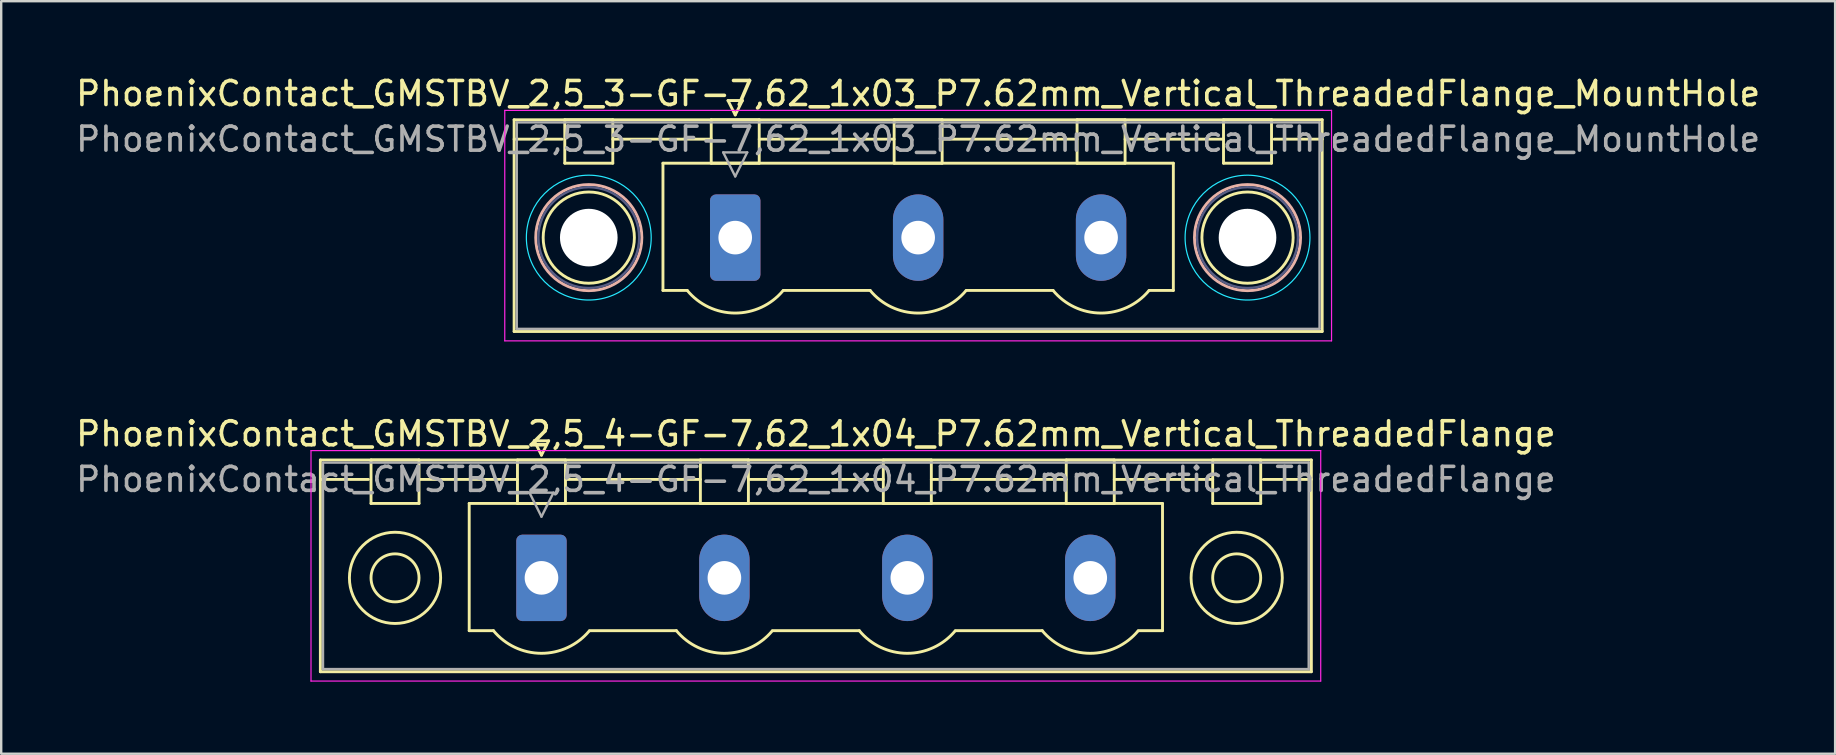
<source format=kicad_pcb>
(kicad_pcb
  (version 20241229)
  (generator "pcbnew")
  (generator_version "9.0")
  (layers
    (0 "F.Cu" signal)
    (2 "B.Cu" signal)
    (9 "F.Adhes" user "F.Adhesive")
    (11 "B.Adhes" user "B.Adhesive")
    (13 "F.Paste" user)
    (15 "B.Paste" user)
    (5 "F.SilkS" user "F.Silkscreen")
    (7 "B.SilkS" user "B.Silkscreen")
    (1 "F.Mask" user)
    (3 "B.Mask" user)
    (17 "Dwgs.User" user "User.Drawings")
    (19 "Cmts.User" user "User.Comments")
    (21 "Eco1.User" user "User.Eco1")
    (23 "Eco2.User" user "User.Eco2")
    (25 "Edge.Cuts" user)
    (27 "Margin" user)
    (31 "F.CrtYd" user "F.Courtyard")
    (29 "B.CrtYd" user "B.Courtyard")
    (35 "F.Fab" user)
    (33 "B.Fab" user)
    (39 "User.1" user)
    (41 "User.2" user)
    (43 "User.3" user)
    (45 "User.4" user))
  (footprint "PhoenixContact_GMSTBV_2,5_3-GF-7,62_1x03_P7.62mm_Vertical_ThreadedFlange_MountHole"
    (layer "F.Cu")
    (at 27.576 6.848)
    (property "Reference" "PhoenixContact_GMSTBV_2,5_3-GF-7,62_1x03_P7.62mm_Vertical_ThreadedFlange_MountHole" (at 7.62 -6 0) (layer "F.SilkS") (effects (font (size 1 1) (thickness 0.15))))
    (attr through_hole)
    (fp_line (start -9.21 -4.91) (end -9.21 3.91) (stroke (width 0.12) (type solid)) (layer "F.SilkS"))
    (fp_line (start -9.21 -4.1) (end -7.21 -4.1) (stroke (width 0.12) (type solid)) (layer "F.SilkS"))
    (fp_line (start -9.21 3.91) (end 24.45 3.91) (stroke (width 0.12) (type solid)) (layer "F.SilkS"))
    (fp_line (start -7.1 -4.91) (end -5.1 -4.91) (stroke (width 0.12) (type solid)) (layer "F.SilkS"))
    (fp_line (start -7.1 -3.1) (end -7.1 -4.91) (stroke (width 0.12) (type solid)) (layer "F.SilkS"))
    (fp_line (start -5.1 -4.91) (end -5.1 -3.1) (stroke (width 0.12) (type solid)) (layer "F.SilkS"))
    (fp_line (start -5.1 -4.1) (end -1 -4.1) (stroke (width 0.12) (type solid)) (layer "F.SilkS"))
    (fp_line (start -5.1 -3.1) (end -7.1 -3.1) (stroke (width 0.12) (type solid)) (layer "F.SilkS"))
    (fp_line (start -3.01 -3.1) (end 18.25 -3.1) (stroke (width 0.12) (type solid)) (layer "F.SilkS"))
    (fp_line (start -3.01 2.2) (end -3.01 -3.1) (stroke (width 0.12) (type solid)) (layer "F.SilkS"))
    (fp_line (start -2 2.2) (end -3.01 2.2) (stroke (width 0.12) (type solid)) (layer "F.SilkS"))
    (fp_line (start -1 -4.91) (end 1 -4.91) (stroke (width 0.12) (type solid)) (layer "F.SilkS"))
    (fp_line (start -1 -3.1) (end -1 -4.91) (stroke (width 0.12) (type solid)) (layer "F.SilkS"))
    (fp_line (start -0.3 -5.71) (end 0.3 -5.71) (stroke (width 0.12) (type solid)) (layer "F.SilkS"))
    (fp_line (start 0 -5.11) (end -0.3 -5.71) (stroke (width 0.12) (type solid)) (layer "F.SilkS"))
    (fp_line (start 0.3 -5.71) (end 0 -5.11) (stroke (width 0.12) (type solid)) (layer "F.SilkS"))
    (fp_line (start 1 -4.91) (end 1 -3.1) (stroke (width 0.12) (type solid)) (layer "F.SilkS"))
    (fp_line (start 1 -4.1) (end 6.62 -4.1) (stroke (width 0.12) (type solid)) (layer "F.SilkS"))
    (fp_line (start 1 -3.1) (end -1 -3.1) (stroke (width 0.12) (type solid)) (layer "F.SilkS"))
    (fp_line (start 2 2.2) (end 5.62 2.2) (stroke (width 0.12) (type solid)) (layer "F.SilkS"))
    (fp_line (start 6.62 -4.91) (end 8.62 -4.91) (stroke (width 0.12) (type solid)) (layer "F.SilkS"))
    (fp_line (start 6.62 -3.1) (end 6.62 -4.91) (stroke (width 0.12) (type solid)) (layer "F.SilkS"))
    (fp_line (start 8.62 -4.91) (end 8.62 -3.1) (stroke (width 0.12) (type solid)) (layer "F.SilkS"))
    (fp_line (start 8.62 -4.1) (end 14.24 -4.1) (stroke (width 0.12) (type solid)) (layer "F.SilkS"))
    (fp_line (start 8.62 -3.1) (end 6.62 -3.1) (stroke (width 0.12) (type solid)) (layer "F.SilkS"))
    (fp_line (start 9.62 2.2) (end 13.24 2.2) (stroke (width 0.12) (type solid)) (layer "F.SilkS"))
    (fp_line (start 14.24 -4.91) (end 16.24 -4.91) (stroke (width 0.12) (type solid)) (layer "F.SilkS"))
    (fp_line (start 14.24 -3.1) (end 14.24 -4.91) (stroke (width 0.12) (type solid)) (layer "F.SilkS"))
    (fp_line (start 16.24 -4.91) (end 16.24 -3.1) (stroke (width 0.12) (type solid)) (layer "F.SilkS"))
    (fp_line (start 16.24 -4.1) (end 20.34 -4.1) (stroke (width 0.12) (type solid)) (layer "F.SilkS"))
    (fp_line (start 16.24 -3.1) (end 14.24 -3.1) (stroke (width 0.12) (type solid)) (layer "F.SilkS"))
    (fp_line (start 18.25 -3.1) (end 18.25 2.2) (stroke (width 0.12) (type solid)) (layer "F.SilkS"))
    (fp_line (start 18.25 2.2) (end 17.24 2.2) (stroke (width 0.12) (type solid)) (layer "F.SilkS"))
    (fp_line (start 20.34 -4.91) (end 22.34 -4.91) (stroke (width 0.12) (type solid)) (layer "F.SilkS"))
    (fp_line (start 20.34 -3.1) (end 20.34 -4.91) (stroke (width 0.12) (type solid)) (layer "F.SilkS"))
    (fp_line (start 22.34 -4.91) (end 22.34 -3.1) (stroke (width 0.12) (type solid)) (layer "F.SilkS"))
    (fp_line (start 22.34 -3.1) (end 20.34 -3.1) (stroke (width 0.12) (type solid)) (layer "F.SilkS"))
    (fp_line (start 24.45 -4.91) (end -9.21 -4.91) (stroke (width 0.12) (type solid)) (layer "F.SilkS"))
    (fp_line (start 24.45 -4.1) (end 22.45 -4.1) (stroke (width 0.12) (type solid)) (layer "F.SilkS"))
    (fp_line (start 24.45 3.91) (end 24.45 -4.91) (stroke (width 0.12) (type solid)) (layer "F.SilkS"))
    (fp_arc (start 1.986842 2.215821) (mid -0.010289 3.142758) (end -2 2.2) (stroke (width 0.12) (type solid)) (layer "F.SilkS"))
    (fp_arc (start 9.606842 2.215821) (mid 7.609711 3.142758) (end 5.62 2.2) (stroke (width 0.12) (type solid)) (layer "F.SilkS"))
    (fp_arc (start 17.226842 2.215821) (mid 15.229711 3.142758) (end 13.24 2.2) (stroke (width 0.12) (type solid)) (layer "F.SilkS"))
    (fp_circle (center -6.1 0) (end -4.2 0) (stroke (width 0.12) (type solid)) (fill no) (layer "F.SilkS"))
    (fp_circle (center 21.34 0) (end 23.24 0) (stroke (width 0.12) (type solid)) (fill no) (layer "F.SilkS"))
    (fp_circle (center -6.1 0) (end -3.89 0) (stroke (width 0.12) (type solid)) (fill no) (layer "B.SilkS"))
    (fp_circle (center 21.34 0) (end 23.55 0) (stroke (width 0.12) (type solid)) (fill no) (layer "B.SilkS"))
    (fp_circle (center -6.1 0) (end -3.5 0) (stroke (width 0.05) (type solid)) (fill no) (layer "B.CrtYd"))
    (fp_circle (center 21.34 0) (end 23.94 0) (stroke (width 0.05) (type solid)) (fill no) (layer "B.CrtYd"))
    (fp_line (start -9.6 -5.3) (end -9.6 4.3) (stroke (width 0.05) (type solid)) (layer "F.CrtYd"))
    (fp_line (start -9.6 4.3) (end 24.84 4.3) (stroke (width 0.05) (type solid)) (layer "F.CrtYd"))
    (fp_line (start 24.84 -5.3) (end -9.6 -5.3) (stroke (width 0.05) (type solid)) (layer "F.CrtYd"))
    (fp_line (start 24.84 4.3) (end 24.84 -5.3) (stroke (width 0.05) (type solid)) (layer "F.CrtYd"))
    (fp_circle (center -6.1 0) (end -4 0) (stroke (width 0.1) (type solid)) (fill no) (layer "B.Fab"))
    (fp_circle (center 21.34 0) (end 23.44 0) (stroke (width 0.1) (type solid)) (fill no) (layer "B.Fab"))
    (fp_line (start -9.1 -4.8) (end -9.1 3.8) (stroke (width 0.1) (type solid)) (layer "F.Fab"))
    (fp_line (start -9.1 3.8) (end 24.34 3.8) (stroke (width 0.1) (type solid)) (layer "F.Fab"))
    (fp_line (start -0.5 -3.55) (end 0.5 -3.55) (stroke (width 0.1) (type solid)) (layer "F.Fab"))
    (fp_line (start 0 -2.55) (end -0.5 -3.55) (stroke (width 0.1) (type solid)) (layer "F.Fab"))
    (fp_line (start 0.5 -3.55) (end 0 -2.55) (stroke (width 0.1) (type solid)) (layer "F.Fab"))
    (fp_line (start 24.34 -4.8) (end -9.1 -4.8) (stroke (width 0.1) (type solid)) (layer "F.Fab"))
    (fp_line (start 24.34 3.8) (end 24.34 -4.8) (stroke (width 0.1) (type solid)) (layer "F.Fab"))
    (fp_text user "${REFERENCE}" (at 7.62 -4.1 0) (layer "F.Fab") (effects (font (size 1 1) (thickness 0.15))))
    (pad "" np_thru_hole circle (at -6.1 0) (size 2.4 2.4) (drill 2.4) (layers "*.Cu" "*.Mask"))
    (pad "" np_thru_hole circle (at 21.34 0) (size 2.4 2.4) (drill 2.4) (layers "*.Cu" "*.Mask"))
    (pad "1" thru_hole roundrect (at 0 0) (size 2.1 3.6) (drill 1.4) (layers "*.Cu" "*.Mask") (roundrect_rratio 0.119))
    (pad "2" thru_hole oval (at 7.62 0) (size 2.1 3.6) (drill 1.4) (layers "*.Cu" "*.Mask"))
    (pad "3" thru_hole oval (at 15.24 0) (size 2.1 3.6) (drill 1.4) (layers "*.Cu" "*.Mask")))
  (footprint "PhoenixContact_GMSTBV_2,5_4-GF-7,62_1x04_P7.62mm_Vertical_ThreadedFlange"
    (layer "F.Cu")
    (at 19.505 21.021)
    (property "Reference" "PhoenixContact_GMSTBV_2,5_4-GF-7,62_1x04_P7.62mm_Vertical_ThreadedFlange" (at 11.43 -6 0) (layer "F.SilkS") (effects (font (size 1 1) (thickness 0.15))))
    (attr through_hole)
    (fp_line (start -9.21 -4.91) (end -9.21 3.91) (stroke (width 0.12) (type solid)) (layer "F.SilkS"))
    (fp_line (start -9.21 -4.1) (end -7.21 -4.1) (stroke (width 0.12) (type solid)) (layer "F.SilkS"))
    (fp_line (start -9.21 3.91) (end 32.07 3.91) (stroke (width 0.12) (type solid)) (layer "F.SilkS"))
    (fp_line (start -7.1 -4.91) (end -5.1 -4.91) (stroke (width 0.12) (type solid)) (layer "F.SilkS"))
    (fp_line (start -7.1 -3.1) (end -7.1 -4.91) (stroke (width 0.12) (type solid)) (layer "F.SilkS"))
    (fp_line (start -5.1 -4.91) (end -5.1 -3.1) (stroke (width 0.12) (type solid)) (layer "F.SilkS"))
    (fp_line (start -5.1 -4.1) (end -1 -4.1) (stroke (width 0.12) (type solid)) (layer "F.SilkS"))
    (fp_line (start -5.1 -3.1) (end -7.1 -3.1) (stroke (width 0.12) (type solid)) (layer "F.SilkS"))
    (fp_line (start -3.01 -3.1) (end 25.87 -3.1) (stroke (width 0.12) (type solid)) (layer "F.SilkS"))
    (fp_line (start -3.01 2.2) (end -3.01 -3.1) (stroke (width 0.12) (type solid)) (layer "F.SilkS"))
    (fp_line (start -2 2.2) (end -3.01 2.2) (stroke (width 0.12) (type solid)) (layer "F.SilkS"))
    (fp_line (start -1 -4.91) (end 1 -4.91) (stroke (width 0.12) (type solid)) (layer "F.SilkS"))
    (fp_line (start -1 -3.1) (end -1 -4.91) (stroke (width 0.12) (type solid)) (layer "F.SilkS"))
    (fp_line (start -0.3 -5.71) (end 0.3 -5.71) (stroke (width 0.12) (type solid)) (layer "F.SilkS"))
    (fp_line (start 0 -5.11) (end -0.3 -5.71) (stroke (width 0.12) (type solid)) (layer "F.SilkS"))
    (fp_line (start 0.3 -5.71) (end 0 -5.11) (stroke (width 0.12) (type solid)) (layer "F.SilkS"))
    (fp_line (start 1 -4.91) (end 1 -3.1) (stroke (width 0.12) (type solid)) (layer "F.SilkS"))
    (fp_line (start 1 -4.1) (end 6.62 -4.1) (stroke (width 0.12) (type solid)) (layer "F.SilkS"))
    (fp_line (start 1 -3.1) (end -1 -3.1) (stroke (width 0.12) (type solid)) (layer "F.SilkS"))
    (fp_line (start 2 2.2) (end 5.62 2.2) (stroke (width 0.12) (type solid)) (layer "F.SilkS"))
    (fp_line (start 6.62 -4.91) (end 8.62 -4.91) (stroke (width 0.12) (type solid)) (layer "F.SilkS"))
    (fp_line (start 6.62 -3.1) (end 6.62 -4.91) (stroke (width 0.12) (type solid)) (layer "F.SilkS"))
    (fp_line (start 8.62 -4.91) (end 8.62 -3.1) (stroke (width 0.12) (type solid)) (layer "F.SilkS"))
    (fp_line (start 8.62 -4.1) (end 14.24 -4.1) (stroke (width 0.12) (type solid)) (layer "F.SilkS"))
    (fp_line (start 8.62 -3.1) (end 6.62 -3.1) (stroke (width 0.12) (type solid)) (layer "F.SilkS"))
    (fp_line (start 9.62 2.2) (end 13.24 2.2) (stroke (width 0.12) (type solid)) (layer "F.SilkS"))
    (fp_line (start 14.24 -4.91) (end 16.24 -4.91) (stroke (width 0.12) (type solid)) (layer "F.SilkS"))
    (fp_line (start 14.24 -3.1) (end 14.24 -4.91) (stroke (width 0.12) (type solid)) (layer "F.SilkS"))
    (fp_line (start 16.24 -4.91) (end 16.24 -3.1) (stroke (width 0.12) (type solid)) (layer "F.SilkS"))
    (fp_line (start 16.24 -4.1) (end 21.86 -4.1) (stroke (width 0.12) (type solid)) (layer "F.SilkS"))
    (fp_line (start 16.24 -3.1) (end 14.24 -3.1) (stroke (width 0.12) (type solid)) (layer "F.SilkS"))
    (fp_line (start 17.24 2.2) (end 20.86 2.2) (stroke (width 0.12) (type solid)) (layer "F.SilkS"))
    (fp_line (start 21.86 -4.91) (end 23.86 -4.91) (stroke (width 0.12) (type solid)) (layer "F.SilkS"))
    (fp_line (start 21.86 -3.1) (end 21.86 -4.91) (stroke (width 0.12) (type solid)) (layer "F.SilkS"))
    (fp_line (start 23.86 -4.91) (end 23.86 -3.1) (stroke (width 0.12) (type solid)) (layer "F.SilkS"))
    (fp_line (start 23.86 -4.1) (end 27.96 -4.1) (stroke (width 0.12) (type solid)) (layer "F.SilkS"))
    (fp_line (start 23.86 -3.1) (end 21.86 -3.1) (stroke (width 0.12) (type solid)) (layer "F.SilkS"))
    (fp_line (start 25.87 -3.1) (end 25.87 2.2) (stroke (width 0.12) (type solid)) (layer "F.SilkS"))
    (fp_line (start 25.87 2.2) (end 24.86 2.2) (stroke (width 0.12) (type solid)) (layer "F.SilkS"))
    (fp_line (start 27.96 -4.91) (end 29.96 -4.91) (stroke (width 0.12) (type solid)) (layer "F.SilkS"))
    (fp_line (start 27.96 -3.1) (end 27.96 -4.91) (stroke (width 0.12) (type solid)) (layer "F.SilkS"))
    (fp_line (start 29.96 -4.91) (end 29.96 -3.1) (stroke (width 0.12) (type solid)) (layer "F.SilkS"))
    (fp_line (start 29.96 -3.1) (end 27.96 -3.1) (stroke (width 0.12) (type solid)) (layer "F.SilkS"))
    (fp_line (start 32.07 -4.91) (end -9.21 -4.91) (stroke (width 0.12) (type solid)) (layer "F.SilkS"))
    (fp_line (start 32.07 -4.1) (end 30.07 -4.1) (stroke (width 0.12) (type solid)) (layer "F.SilkS"))
    (fp_line (start 32.07 3.91) (end 32.07 -4.91) (stroke (width 0.12) (type solid)) (layer "F.SilkS"))
    (fp_arc (start 1.986842 2.215821) (mid -0.010289 3.142758) (end -2 2.2) (stroke (width 0.12) (type solid)) (layer "F.SilkS"))
    (fp_arc (start 9.606842 2.215821) (mid 7.609711 3.142758) (end 5.62 2.2) (stroke (width 0.12) (type solid)) (layer "F.SilkS"))
    (fp_arc (start 17.226842 2.215821) (mid 15.229711 3.142758) (end 13.24 2.2) (stroke (width 0.12) (type solid)) (layer "F.SilkS"))
    (fp_arc (start 24.846842 2.215821) (mid 22.849711 3.142758) (end 20.86 2.2) (stroke (width 0.12) (type solid)) (layer "F.SilkS"))
    (fp_circle (center -6.1 0) (end -5.1 0) (stroke (width 0.12) (type solid)) (fill no) (layer "F.SilkS"))
    (fp_circle (center -6.1 0) (end -4.2 0) (stroke (width 0.12) (type solid)) (fill no) (layer "F.SilkS"))
    (fp_circle (center 28.96 0) (end 29.96 0) (stroke (width 0.12) (type solid)) (fill no) (layer "F.SilkS"))
    (fp_circle (center 28.96 0) (end 30.86 0) (stroke (width 0.12) (type solid)) (fill no) (layer "F.SilkS"))
    (fp_line (start -9.6 -5.3) (end -9.6 4.3) (stroke (width 0.05) (type solid)) (layer "F.CrtYd"))
    (fp_line (start -9.6 4.3) (end 32.46 4.3) (stroke (width 0.05) (type solid)) (layer "F.CrtYd"))
    (fp_line (start 32.46 -5.3) (end -9.6 -5.3) (stroke (width 0.05) (type solid)) (layer "F.CrtYd"))
    (fp_line (start 32.46 4.3) (end 32.46 -5.3) (stroke (width 0.05) (type solid)) (layer "F.CrtYd"))
    (fp_line (start -9.1 -4.8) (end -9.1 3.8) (stroke (width 0.1) (type solid)) (layer "F.Fab"))
    (fp_line (start -9.1 3.8) (end 31.96 3.8) (stroke (width 0.1) (type solid)) (layer "F.Fab"))
    (fp_line (start -0.5 -3.55) (end 0.5 -3.55) (stroke (width 0.1) (type solid)) (layer "F.Fab"))
    (fp_line (start 0 -2.55) (end -0.5 -3.55) (stroke (width 0.1) (type solid)) (layer "F.Fab"))
    (fp_line (start 0.5 -3.55) (end 0 -2.55) (stroke (width 0.1) (type solid)) (layer "F.Fab"))
    (fp_line (start 31.96 -4.8) (end -9.1 -4.8) (stroke (width 0.1) (type solid)) (layer "F.Fab"))
    (fp_line (start 31.96 3.8) (end 31.96 -4.8) (stroke (width 0.1) (type solid)) (layer "F.Fab"))
    (fp_text user "${REFERENCE}" (at 11.43 -4.1 0) (layer "F.Fab") (effects (font (size 1 1) (thickness 0.15))))
    (pad "1" thru_hole roundrect (at 0 0) (size 2.1 3.6) (drill 1.4) (layers "*.Cu" "*.Mask") (roundrect_rratio 0.119))
    (pad "2" thru_hole oval (at 7.62 0) (size 2.1 3.6) (drill 1.4) (layers "*.Cu" "*.Mask"))
    (pad "3" thru_hole oval (at 15.24 0) (size 2.1 3.6) (drill 1.4) (layers "*.Cu" "*.Mask"))
    (pad "4" thru_hole oval (at 22.86 0) (size 2.1 3.6) (drill 1.4) (layers "*.Cu" "*.Mask")))
  (gr_rect
    (start -3 -3)
    (end 73.393 28.346)
    (stroke (width 0.1) (type default))
    (fill no)
    (layer "Edge.Cuts")))
</source>
